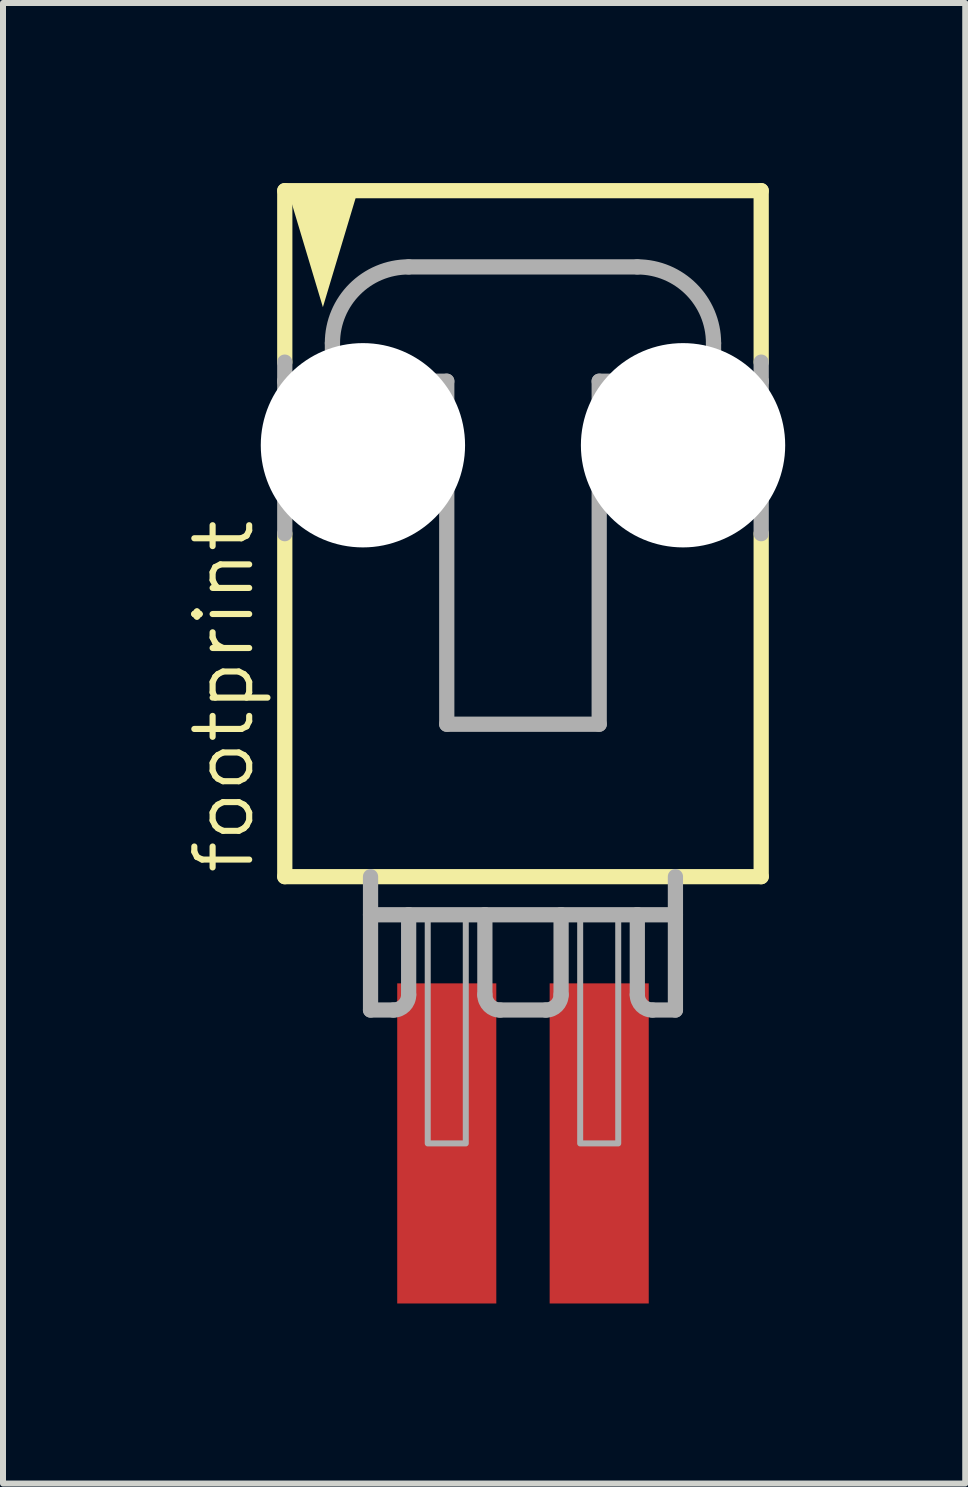
<source format=kicad_pcb>
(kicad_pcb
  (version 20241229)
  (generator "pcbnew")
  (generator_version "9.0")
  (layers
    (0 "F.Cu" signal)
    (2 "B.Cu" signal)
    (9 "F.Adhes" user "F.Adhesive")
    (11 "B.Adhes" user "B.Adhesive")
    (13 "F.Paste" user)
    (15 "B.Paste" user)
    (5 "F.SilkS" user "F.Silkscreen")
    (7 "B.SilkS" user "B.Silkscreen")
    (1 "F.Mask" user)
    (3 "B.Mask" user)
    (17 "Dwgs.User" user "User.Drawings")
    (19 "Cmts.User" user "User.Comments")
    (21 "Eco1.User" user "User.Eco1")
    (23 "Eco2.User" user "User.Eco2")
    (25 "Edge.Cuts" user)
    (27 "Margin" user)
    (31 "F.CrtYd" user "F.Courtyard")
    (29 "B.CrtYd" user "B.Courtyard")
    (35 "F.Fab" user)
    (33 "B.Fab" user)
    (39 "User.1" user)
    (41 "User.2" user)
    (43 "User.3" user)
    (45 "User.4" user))
  (footprint "footprint"
    (layer "F.Cu")
    (at 5.664 5.207)
    (property "Reference" "footprint" (at -4.445 6.35 90) (layer "F.SilkS") (effects (font (size 0.914 0.914) (thickness 0.102)) (justify left bottom)))
    (fp_line (start -3.969 -5.08) (end -3.969 -2.223) (stroke (width 0.254) (type solid)) (layer "F.SilkS"))
    (fp_line (start -3.969 0.635) (end -3.969 6.35) (stroke (width 0.254) (type solid)) (layer "F.SilkS"))
    (fp_line (start -3.969 6.35) (end 3.969 6.35) (stroke (width 0.254) (type solid)) (layer "F.SilkS"))
    (fp_line (start 3.969 -5.08) (end -3.969 -5.08) (stroke (width 0.254) (type solid)) (layer "F.SilkS"))
    (fp_line (start 3.969 -2.223) (end 3.969 -5.08) (stroke (width 0.254) (type solid)) (layer "F.SilkS"))
    (fp_line (start 3.969 6.35) (end 3.969 0.635) (stroke (width 0.254) (type solid)) (layer "F.SilkS"))
    (fp_poly (pts (xy -3.334 -3.139) (xy -3.947 -5.182) (xy -2.721 -5.182)) (stroke (width 0) (type solid)) (fill yes) (layer "F.SilkS"))
    (fp_line (start -3.969 -2.223) (end -3.969 -1.905) (stroke (width 0.254) (type solid)) (layer "F.Fab"))
    (fp_line (start -3.969 -1.905) (end -3.175 -1.905) (stroke (width 0.254) (type solid)) (layer "F.Fab"))
    (fp_line (start -3.969 0.635) (end -3.969 -1.905) (stroke (width 0.254) (type solid)) (layer "F.Fab"))
    (fp_line (start -3.175 -1.905) (end -3.175 -2.54) (stroke (width 0.254) (type solid)) (layer "F.Fab"))
    (fp_line (start -3.175 -1.905) (end -1.27 -1.905) (stroke (width 0.254) (type solid)) (layer "F.Fab"))
    (fp_line (start -2.54 6.35) (end -2.54 8.572) (stroke (width 0.254) (type solid)) (layer "F.Fab"))
    (fp_line (start -2.54 6.985) (end -1.905 6.985) (stroke (width 0.254) (type solid)) (layer "F.Fab"))
    (fp_line (start -2.159 8.572) (end -2.54 8.572) (stroke (width 0.254) (type solid)) (layer "F.Fab"))
    (fp_line (start -1.905 -3.81) (end 1.905 -3.81) (stroke (width 0.254) (type solid)) (layer "F.Fab"))
    (fp_line (start -1.905 6.985) (end -1.905 8.319) (stroke (width 0.254) (type solid)) (layer "F.Fab"))
    (fp_line (start -1.905 6.985) (end -0.635 6.985) (stroke (width 0.254) (type solid)) (layer "F.Fab"))
    (fp_line (start -1.27 -1.905) (end -1.27 3.81) (stroke (width 0.254) (type solid)) (layer "F.Fab"))
    (fp_line (start -1.27 3.81) (end 1.27 3.81) (stroke (width 0.254) (type solid)) (layer "F.Fab"))
    (fp_line (start -0.635 6.985) (end 0.635 6.985) (stroke (width 0.254) (type solid)) (layer "F.Fab"))
    (fp_line (start -0.635 8.319) (end -0.635 6.985) (stroke (width 0.254) (type solid)) (layer "F.Fab"))
    (fp_line (start 0.381 8.572) (end -0.381 8.572) (stroke (width 0.254) (type solid)) (layer "F.Fab"))
    (fp_line (start 0.635 6.985) (end 0.635 8.319) (stroke (width 0.254) (type solid)) (layer "F.Fab"))
    (fp_line (start 0.635 6.985) (end 1.905 6.985) (stroke (width 0.254) (type solid)) (layer "F.Fab"))
    (fp_line (start 1.27 -1.905) (end 3.175 -1.905) (stroke (width 0.254) (type solid)) (layer "F.Fab"))
    (fp_line (start 1.27 3.81) (end 1.27 -1.905) (stroke (width 0.254) (type solid)) (layer "F.Fab"))
    (fp_line (start 1.905 6.985) (end 1.905 8.319) (stroke (width 0.254) (type solid)) (layer "F.Fab"))
    (fp_line (start 1.905 6.985) (end 2.54 6.985) (stroke (width 0.254) (type solid)) (layer "F.Fab"))
    (fp_line (start 2.159 8.572) (end 2.54 8.572) (stroke (width 0.254) (type solid)) (layer "F.Fab"))
    (fp_line (start 2.54 8.572) (end 2.54 6.35) (stroke (width 0.254) (type solid)) (layer "F.Fab"))
    (fp_line (start 3.175 -2.54) (end 3.175 -1.905) (stroke (width 0.254) (type solid)) (layer "F.Fab"))
    (fp_line (start 3.175 -1.905) (end 3.969 -1.905) (stroke (width 0.254) (type solid)) (layer "F.Fab"))
    (fp_line (start 3.969 -1.905) (end 3.969 -2.223) (stroke (width 0.254) (type solid)) (layer "F.Fab"))
    (fp_line (start 3.969 0.635) (end 3.969 -1.905) (stroke (width 0.254) (type solid)) (layer "F.Fab"))
    (fp_arc (start -3.175 -2.54) (mid -2.803026 -3.438026) (end -1.905 -3.81) (stroke (width 0.254) (type solid)) (layer "F.Fab"))
    (fp_arc (start -1.905 8.3185) (mid -1.979395 8.498105) (end -2.159 8.5725) (stroke (width 0.254) (type solid)) (layer "F.Fab"))
    (fp_arc (start -0.381 8.5725) (mid -0.560605 8.498105) (end -0.635 8.3185) (stroke (width 0.254) (type solid)) (layer "F.Fab"))
    (fp_arc (start 0.635 8.3185) (mid 0.560605 8.498105) (end 0.381 8.5725) (stroke (width 0.254) (type solid)) (layer "F.Fab"))
    (fp_arc (start 1.905 -3.81) (mid 2.803026 -3.438026) (end 3.175 -2.54) (stroke (width 0.254) (type solid)) (layer "F.Fab"))
    (fp_arc (start 2.159 8.5725) (mid 1.979395 8.498105) (end 1.905 8.3185) (stroke (width 0.254) (type solid)) (layer "F.Fab"))
    (fp_poly (pts (xy -1.587 10.795) (xy -0.953 10.795) (xy -0.953 6.985) (xy -1.587 6.985)) (stroke (width 0.1) (type solid)) (fill no) (layer "F.Fab"))
    (fp_poly (pts (xy 0.953 10.795) (xy 1.587 10.795) (xy 1.587 6.985) (xy 0.953 6.985)) (stroke (width 0.1) (type solid)) (fill no) (layer "F.Fab"))
    (pad "" np_thru_hole circle (at -2.667 -0.838) (size 3.404 3.404) (drill 3.404) (layers "*.Cu" "*.Mask"))
    (pad "" np_thru_hole circle (at 2.667 -0.838) (size 3.404 3.404) (drill 3.404) (layers "*.Cu" "*.Mask"))
    (pad "1" smd rect (at -1.27 10.795 90) (size 5.334 1.651) (layers "F.Cu" "F.Mask" "F.Paste"))
    (pad "2" smd rect (at 1.27 10.795 90) (size 5.334 1.651) (layers "F.Cu" "F.Mask" "F.Paste")))
  (gr_rect
    (start -3 -3)
    (end 13.033 21.669)
    (stroke (width 0.1) (type default))
    (fill no)
    (layer "Edge.Cuts")))
</source>
